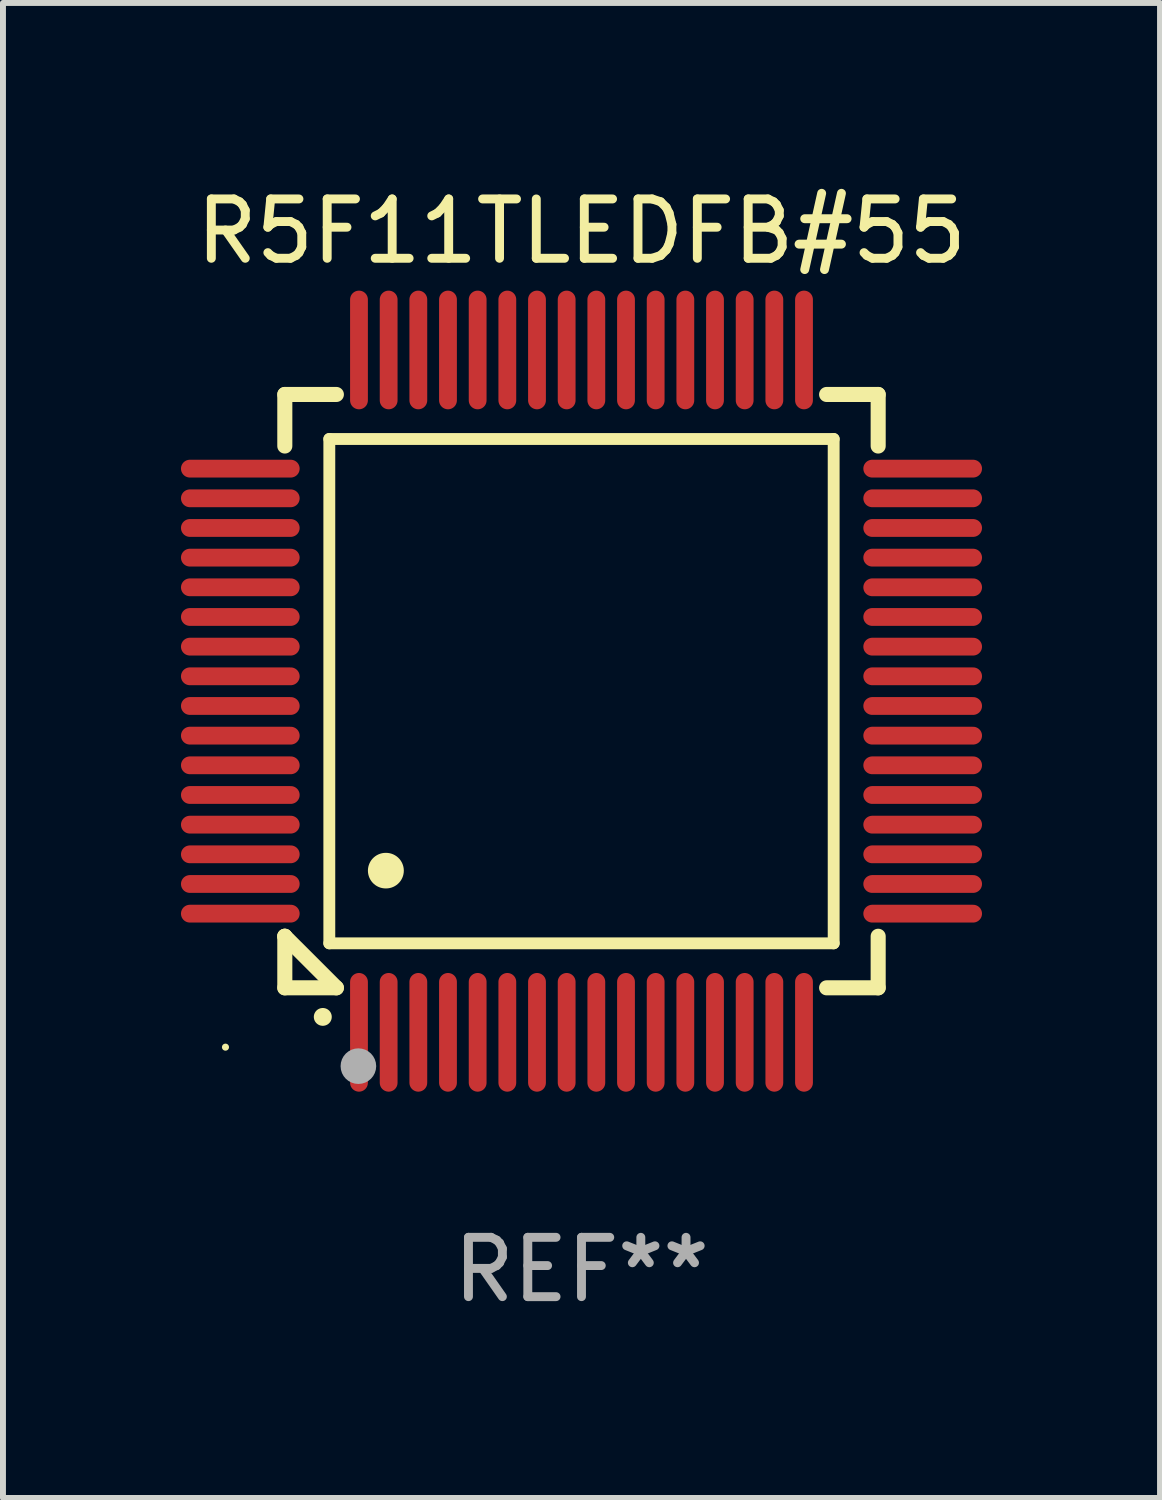
<source format=kicad_pcb>
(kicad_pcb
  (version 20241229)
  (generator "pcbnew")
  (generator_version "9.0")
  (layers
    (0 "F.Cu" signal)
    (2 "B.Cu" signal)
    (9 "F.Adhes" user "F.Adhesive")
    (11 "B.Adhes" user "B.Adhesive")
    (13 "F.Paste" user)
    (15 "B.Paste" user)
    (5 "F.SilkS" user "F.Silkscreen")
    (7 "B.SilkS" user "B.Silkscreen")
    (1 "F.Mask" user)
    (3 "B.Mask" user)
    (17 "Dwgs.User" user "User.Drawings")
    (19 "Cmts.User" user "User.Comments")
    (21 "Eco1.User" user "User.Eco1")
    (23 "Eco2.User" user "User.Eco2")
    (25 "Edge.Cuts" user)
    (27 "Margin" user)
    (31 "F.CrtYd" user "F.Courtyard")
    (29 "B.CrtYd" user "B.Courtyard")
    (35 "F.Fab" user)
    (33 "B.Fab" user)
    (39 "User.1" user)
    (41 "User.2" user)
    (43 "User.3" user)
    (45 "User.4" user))
  (footprint "R5F11TLEDFB#55"
    (layer "F.Cu")
    (at 6.75 8.598)
    (property "Reference" "R5F11TLEDFB#55" (at 0 -7.75 0) (layer "F.SilkS") (effects (font (size 1 1) (thickness 0.15))))
    (attr through_hole)
    (fp_line (start -5 -5) (end -4.131 -5) (stroke (width 0.254) (type solid)) (layer "F.SilkS"))
    (fp_line (start -5 -4.131) (end -5 -5) (stroke (width 0.254) (type solid)) (layer "F.SilkS"))
    (fp_line (start -5 4.131) (end -5 4.131) (stroke (width 0.254) (type solid)) (layer "F.SilkS"))
    (fp_line (start -5 5) (end -5 4.131) (stroke (width 0.254) (type solid)) (layer "F.SilkS"))
    (fp_line (start -5 4.131) (end -4.131 5) (stroke (width 0.254) (type solid)) (layer "F.SilkS"))
    (fp_line (start -4.25 -4.25) (end -4.25 4.25) (stroke (width 0.2) (type solid)) (layer "F.SilkS"))
    (fp_line (start -4.25 4.25) (end 4.25 4.25) (stroke (width 0.2) (type solid)) (layer "F.SilkS"))
    (fp_line (start -4.131 5) (end -5 5) (stroke (width 0.254) (type solid)) (layer "F.SilkS"))
    (fp_line (start 4.25 -4.25) (end -4.25 -4.25) (stroke (width 0.2) (type solid)) (layer "F.SilkS"))
    (fp_line (start 4.25 4.25) (end 4.25 -4.25) (stroke (width 0.2) (type solid)) (layer "F.SilkS"))
    (fp_line (start 5 -5) (end 4.131 -5) (stroke (width 0.254) (type solid)) (layer "F.SilkS"))
    (fp_line (start 5 -5) (end 5 -4.131) (stroke (width 0.254) (type solid)) (layer "F.SilkS"))
    (fp_line (start 5 4.131) (end 5 5) (stroke (width 0.254) (type solid)) (layer "F.SilkS"))
    (fp_line (start 5 5) (end 4.131 5) (stroke (width 0.254) (type solid)) (layer "F.SilkS"))
    (fp_arc (start -4.361265 5.489992) (mid -4.359995 5.489987) (end -4.358725 5.489992) (stroke (width 0.3) (type solid)) (layer "F.SilkS"))
    (fp_arc (start -3.299467 3.025146) (mid -3.296927 3.025135) (end -3.294387 3.025146) (stroke (width 0.6) (type solid)) (layer "F.SilkS"))
    (fp_circle (center -6 6) (end -5.97 6) (stroke (width 0.06) (type solid)) (fill no) (layer "F.SilkS"))
    (fp_circle (center -3.76 6.32) (end -3.61 6.32) (stroke (width 0.3) (type solid)) (fill no) (layer "F.Fab"))
    (fp_text user "REF**" (at 0 9.75 0) (layer "F.Fab") (effects (font (size 1 1) (thickness 0.15))))
    (pad "1" smd oval (at -3.75 5.75) (size 0.3 2) (layers "F.Cu" "F.Mask" "F.Paste"))
    (pad "2" smd oval (at -3.25 5.75) (size 0.3 2) (layers "F.Cu" "F.Mask" "F.Paste"))
    (pad "3" smd oval (at -2.75 5.75) (size 0.3 2) (layers "F.Cu" "F.Mask" "F.Paste"))
    (pad "4" smd oval (at -2.25 5.75) (size 0.3 2) (layers "F.Cu" "F.Mask" "F.Paste"))
    (pad "5" smd oval (at -1.75 5.75) (size 0.3 2) (layers "F.Cu" "F.Mask" "F.Paste"))
    (pad "6" smd oval (at -1.25 5.75) (size 0.3 2) (layers "F.Cu" "F.Mask" "F.Paste"))
    (pad "7" smd oval (at -0.75 5.75) (size 0.3 2) (layers "F.Cu" "F.Mask" "F.Paste"))
    (pad "8" smd oval (at -0.25 5.75) (size 0.3 2) (layers "F.Cu" "F.Mask" "F.Paste"))
    (pad "9" smd oval (at 0.25 5.75) (size 0.3 2) (layers "F.Cu" "F.Mask" "F.Paste"))
    (pad "10" smd oval (at 0.75 5.75) (size 0.3 2) (layers "F.Cu" "F.Mask" "F.Paste"))
    (pad "11" smd oval (at 1.25 5.75) (size 0.3 2) (layers "F.Cu" "F.Mask" "F.Paste"))
    (pad "12" smd oval (at 1.75 5.75) (size 0.3 2) (layers "F.Cu" "F.Mask" "F.Paste"))
    (pad "13" smd oval (at 2.25 5.75) (size 0.3 2) (layers "F.Cu" "F.Mask" "F.Paste"))
    (pad "14" smd oval (at 2.75 5.75) (size 0.3 2) (layers "F.Cu" "F.Mask" "F.Paste"))
    (pad "15" smd oval (at 3.25 5.75) (size 0.3 2) (layers "F.Cu" "F.Mask" "F.Paste"))
    (pad "16" smd oval (at 3.75 5.75) (size 0.3 2) (layers "F.Cu" "F.Mask" "F.Paste"))
    (pad "17" smd oval (at 5.75 3.75) (size 2 0.3) (layers "F.Cu" "F.Mask" "F.Paste"))
    (pad "18" smd oval (at 5.75 3.25) (size 2 0.3) (layers "F.Cu" "F.Mask" "F.Paste"))
    (pad "19" smd oval (at 5.75 2.75) (size 2 0.3) (layers "F.Cu" "F.Mask" "F.Paste"))
    (pad "20" smd oval (at 5.75 2.25) (size 2 0.3) (layers "F.Cu" "F.Mask" "F.Paste"))
    (pad "21" smd oval (at 5.75 1.75) (size 2 0.3) (layers "F.Cu" "F.Mask" "F.Paste"))
    (pad "22" smd oval (at 5.75 1.25) (size 2 0.3) (layers "F.Cu" "F.Mask" "F.Paste"))
    (pad "23" smd oval (at 5.75 0.75) (size 2 0.3) (layers "F.Cu" "F.Mask" "F.Paste"))
    (pad "24" smd oval (at 5.75 0.25) (size 2 0.3) (layers "F.Cu" "F.Mask" "F.Paste"))
    (pad "25" smd oval (at 5.75 -0.25) (size 2 0.3) (layers "F.Cu" "F.Mask" "F.Paste"))
    (pad "26" smd oval (at 5.75 -0.75) (size 2 0.3) (layers "F.Cu" "F.Mask" "F.Paste"))
    (pad "27" smd oval (at 5.75 -1.25) (size 2 0.3) (layers "F.Cu" "F.Mask" "F.Paste"))
    (pad "28" smd oval (at 5.75 -1.75) (size 2 0.3) (layers "F.Cu" "F.Mask" "F.Paste"))
    (pad "29" smd oval (at 5.75 -2.25) (size 2 0.3) (layers "F.Cu" "F.Mask" "F.Paste"))
    (pad "30" smd oval (at 5.75 -2.75) (size 2 0.3) (layers "F.Cu" "F.Mask" "F.Paste"))
    (pad "31" smd oval (at 5.75 -3.25) (size 2 0.3) (layers "F.Cu" "F.Mask" "F.Paste"))
    (pad "32" smd oval (at 5.75 -3.75) (size 2 0.3) (layers "F.Cu" "F.Mask" "F.Paste"))
    (pad "33" smd oval (at 3.75 -5.75) (size 0.3 2) (layers "F.Cu" "F.Mask" "F.Paste"))
    (pad "34" smd oval (at 3.25 -5.75) (size 0.3 2) (layers "F.Cu" "F.Mask" "F.Paste"))
    (pad "35" smd oval (at 2.75 -5.75) (size 0.3 2) (layers "F.Cu" "F.Mask" "F.Paste"))
    (pad "36" smd oval (at 2.25 -5.75) (size 0.3 2) (layers "F.Cu" "F.Mask" "F.Paste"))
    (pad "37" smd oval (at 1.75 -5.75) (size 0.3 2) (layers "F.Cu" "F.Mask" "F.Paste"))
    (pad "38" smd oval (at 1.25 -5.75) (size 0.3 2) (layers "F.Cu" "F.Mask" "F.Paste"))
    (pad "39" smd oval (at 0.75 -5.75) (size 0.3 2) (layers "F.Cu" "F.Mask" "F.Paste"))
    (pad "40" smd oval (at 0.25 -5.75) (size 0.3 2) (layers "F.Cu" "F.Mask" "F.Paste"))
    (pad "41" smd oval (at -0.25 -5.75) (size 0.3 2) (layers "F.Cu" "F.Mask" "F.Paste"))
    (pad "42" smd oval (at -0.75 -5.75) (size 0.3 2) (layers "F.Cu" "F.Mask" "F.Paste"))
    (pad "43" smd oval (at -1.25 -5.75) (size 0.3 2) (layers "F.Cu" "F.Mask" "F.Paste"))
    (pad "44" smd oval (at -1.75 -5.75) (size 0.3 2) (layers "F.Cu" "F.Mask" "F.Paste"))
    (pad "45" smd oval (at -2.25 -5.75) (size 0.3 2) (layers "F.Cu" "F.Mask" "F.Paste"))
    (pad "46" smd oval (at -2.75 -5.75) (size 0.3 2) (layers "F.Cu" "F.Mask" "F.Paste"))
    (pad "47" smd oval (at -3.25 -5.75) (size 0.3 2) (layers "F.Cu" "F.Mask" "F.Paste"))
    (pad "48" smd oval (at -3.75 -5.75) (size 0.3 2) (layers "F.Cu" "F.Mask" "F.Paste"))
    (pad "49" smd oval (at -5.75 -3.75) (size 2 0.3) (layers "F.Cu" "F.Mask" "F.Paste"))
    (pad "50" smd oval (at -5.75 -3.25) (size 2 0.3) (layers "F.Cu" "F.Mask" "F.Paste"))
    (pad "51" smd oval (at -5.75 -2.75) (size 2 0.3) (layers "F.Cu" "F.Mask" "F.Paste"))
    (pad "52" smd oval (at -5.75 -2.25) (size 2 0.3) (layers "F.Cu" "F.Mask" "F.Paste"))
    (pad "53" smd oval (at -5.75 -1.75) (size 2 0.3) (layers "F.Cu" "F.Mask" "F.Paste"))
    (pad "54" smd oval (at -5.75 -1.25) (size 2 0.3) (layers "F.Cu" "F.Mask" "F.Paste"))
    (pad "55" smd oval (at -5.75 -0.75) (size 2 0.3) (layers "F.Cu" "F.Mask" "F.Paste"))
    (pad "56" smd oval (at -5.75 -0.25) (size 2 0.3) (layers "F.Cu" "F.Mask" "F.Paste"))
    (pad "57" smd oval (at -5.75 0.25) (size 2 0.3) (layers "F.Cu" "F.Mask" "F.Paste"))
    (pad "58" smd oval (at -5.75 0.75) (size 2 0.3) (layers "F.Cu" "F.Mask" "F.Paste"))
    (pad "59" smd oval (at -5.75 1.25) (size 2 0.3) (layers "F.Cu" "F.Mask" "F.Paste"))
    (pad "60" smd oval (at -5.75 1.75) (size 2 0.3) (layers "F.Cu" "F.Mask" "F.Paste"))
    (pad "61" smd oval (at -5.75 2.25) (size 2 0.3) (layers "F.Cu" "F.Mask" "F.Paste"))
    (pad "62" smd oval (at -5.75 2.75) (size 2 0.3) (layers "F.Cu" "F.Mask" "F.Paste"))
    (pad "63" smd oval (at -5.75 3.25) (size 2 0.3) (layers "F.Cu" "F.Mask" "F.Paste"))
    (pad "64" smd oval (at -5.75 3.75) (size 2 0.3) (layers "F.Cu" "F.Mask" "F.Paste")))
  (gr_rect
    (start -3 -3)
    (end 16.5 22.196)
    (stroke (width 0.1) (type default))
    (fill no)
    (layer "Edge.Cuts")))
</source>
